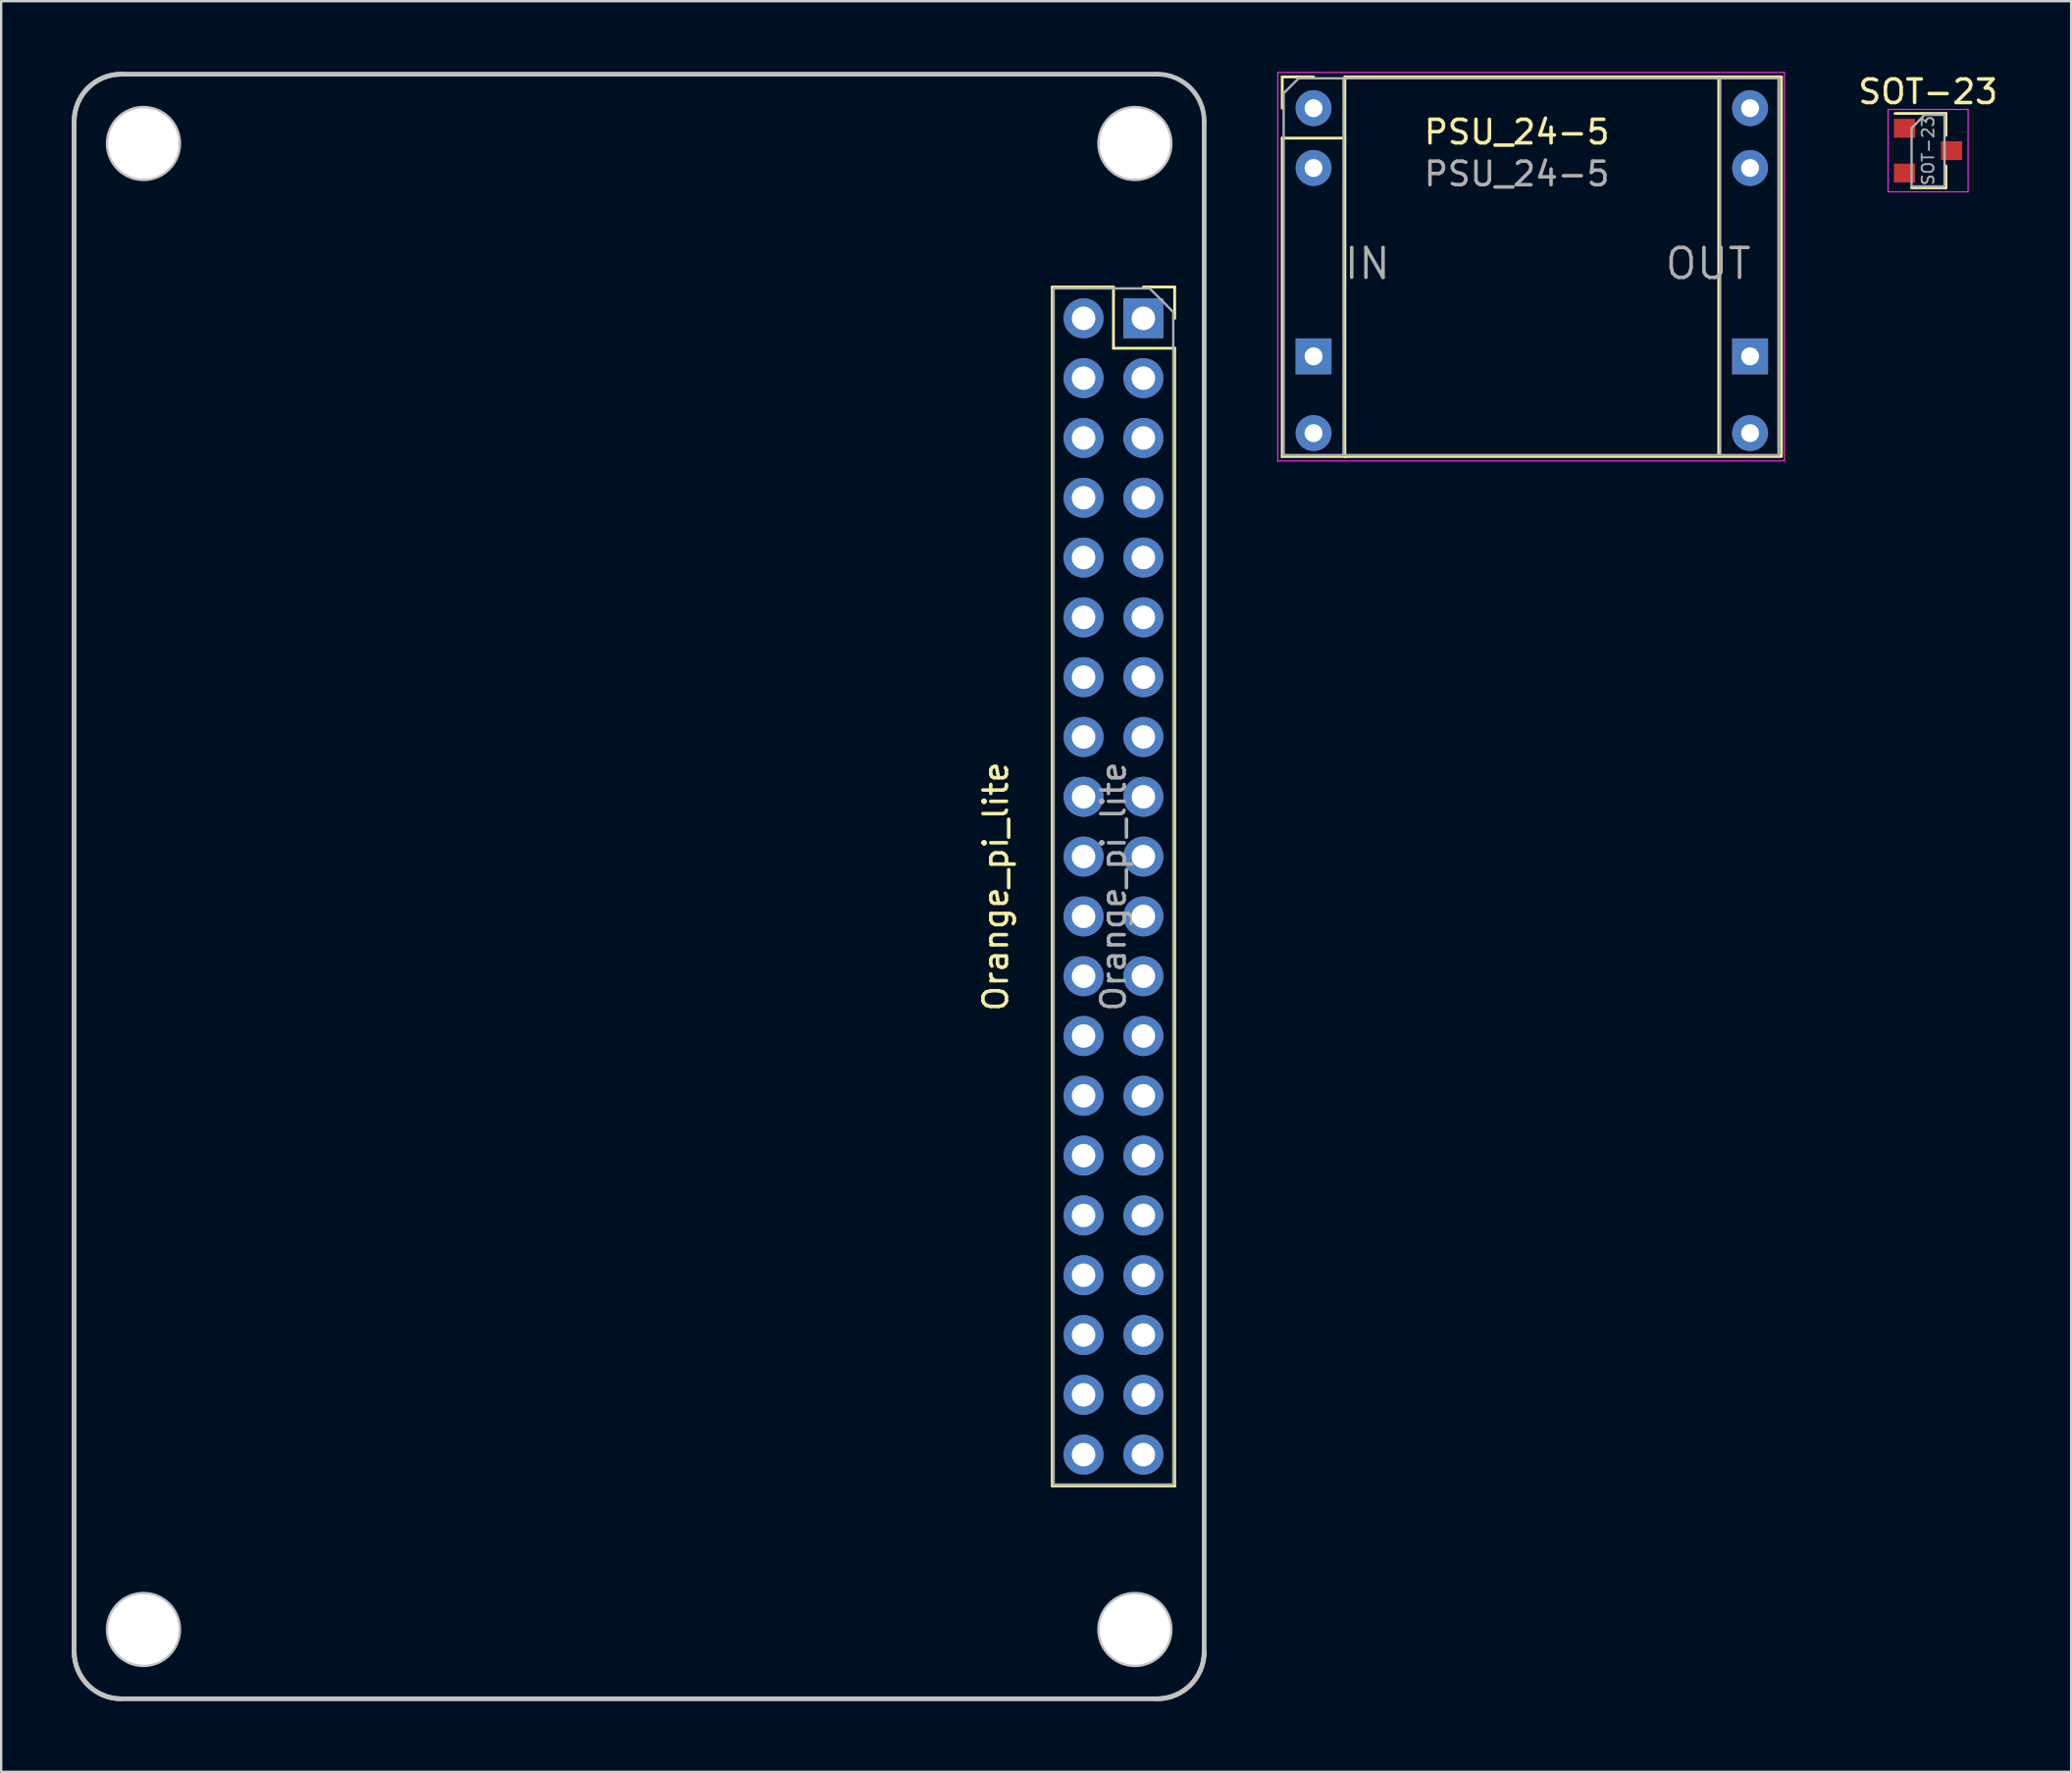
<source format=kicad_pcb>
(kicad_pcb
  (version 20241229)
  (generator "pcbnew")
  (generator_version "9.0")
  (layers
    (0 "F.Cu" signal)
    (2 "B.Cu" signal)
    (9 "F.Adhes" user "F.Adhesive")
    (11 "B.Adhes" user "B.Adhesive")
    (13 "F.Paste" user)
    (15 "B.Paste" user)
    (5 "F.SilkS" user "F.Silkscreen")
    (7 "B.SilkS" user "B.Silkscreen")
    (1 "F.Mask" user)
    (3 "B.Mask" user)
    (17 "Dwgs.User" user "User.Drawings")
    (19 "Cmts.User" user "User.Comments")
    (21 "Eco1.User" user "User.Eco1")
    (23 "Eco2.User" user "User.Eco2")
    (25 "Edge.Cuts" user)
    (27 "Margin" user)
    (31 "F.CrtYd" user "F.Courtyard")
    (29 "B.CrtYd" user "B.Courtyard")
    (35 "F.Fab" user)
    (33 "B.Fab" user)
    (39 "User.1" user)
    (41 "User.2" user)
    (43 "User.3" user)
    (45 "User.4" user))
  (footprint "Orange_pi_lite"
    (layer "F.Cu")
    (at 45.516 10.47)
    (property "Reference" "Orange_pi_lite" (at -6.27 24.13 90) (layer "F.SilkS") (effects (font (size 1 1) (thickness 0.15))))
    (attr through_hole)
    (fp_line (start -3.87 -1.33) (end -3.87 49.59) (stroke (width 0.12) (type solid)) (layer "F.SilkS"))
    (fp_line (start -3.87 -1.33) (end -1.27 -1.33) (stroke (width 0.12) (type solid)) (layer "F.SilkS"))
    (fp_line (start -3.87 49.59) (end 1.33 49.59) (stroke (width 0.12) (type solid)) (layer "F.SilkS"))
    (fp_line (start -1.27 -1.33) (end -1.27 1.27) (stroke (width 0.12) (type solid)) (layer "F.SilkS"))
    (fp_line (start -1.27 1.27) (end 1.33 1.27) (stroke (width 0.12) (type solid)) (layer "F.SilkS"))
    (fp_line (start 0 -1.33) (end 1.33 -1.33) (stroke (width 0.12) (type solid)) (layer "F.SilkS"))
    (fp_line (start 1.33 -1.33) (end 1.33 0) (stroke (width 0.12) (type solid)) (layer "F.SilkS"))
    (fp_line (start 1.33 1.27) (end 1.33 49.59) (stroke (width 0.12) (type solid)) (layer "F.SilkS"))
    (fp_line (start -45.416 -8.37) (end -45.416 56.63) (stroke (width 0.2) (type solid)) (layer "Dwgs.User"))
    (fp_line (start -45.416 -8.37) (end -45.416 56.63) (stroke (width 0.2) (type solid)) (layer "Dwgs.User"))
    (fp_line (start -43.416 58.63) (end 0.584 58.63) (stroke (width 0.2) (type solid)) (layer "Dwgs.User"))
    (fp_line (start 0.584 -10.37) (end -43.416 -10.37) (stroke (width 0.2) (type solid)) (layer "Dwgs.User"))
    (fp_line (start 2.584 56.63) (end 2.584 -8.37) (stroke (width 0.2) (type solid)) (layer "Dwgs.User"))
    (fp_arc (start -45.415696 -8.369951) (mid -44.829911 -9.784165) (end -43.415697 -10.369951) (stroke (width 0.2) (type solid)) (layer "Dwgs.User"))
    (fp_arc (start -45.415696 -8.369951) (mid -44.829911 -9.784165) (end -43.415697 -10.369951) (stroke (width 0.2) (type solid)) (layer "Dwgs.User"))
    (fp_arc (start -43.415696 58.630048) (mid -44.829911 58.044262) (end -45.415697 56.630048) (stroke (width 0.2) (type solid)) (layer "Dwgs.User"))
    (fp_arc (start -43.415696 58.630048) (mid -44.829911 58.044262) (end -45.415697 56.630048) (stroke (width 0.2) (type solid)) (layer "Dwgs.User"))
    (fp_arc (start 0.584303 -10.369951) (mid 1.998517 -9.784165) (end 2.584302 -8.369951) (stroke (width 0.2) (type solid)) (layer "Dwgs.User"))
    (fp_arc (start 2.584303 56.630048) (mid 1.998517 58.044262) (end 0.584302 58.630048) (stroke (width 0.2) (type solid)) (layer "Dwgs.User"))
    (fp_arc (start 2.584303 56.630048) (mid 1.998517 58.044262) (end 0.584302 58.630048) (stroke (width 0.2) (type solid)) (layer "Dwgs.User"))
    (fp_circle (center -42.472 -7.426) (end -40.972 -7.426) (stroke (width 0.2) (type solid)) (fill no) (layer "Dwgs.User"))
    (fp_circle (center -42.472 55.686) (end -40.972 55.686) (stroke (width 0.2) (type solid)) (fill no) (layer "Dwgs.User"))
    (fp_circle (center -0.36 -7.426) (end 1.14 -7.426) (stroke (width 0.2) (type solid)) (fill no) (layer "Dwgs.User"))
    (fp_circle (center -0.36 55.686) (end 1.14 55.686) (stroke (width 0.2) (type solid)) (fill no) (layer "Dwgs.User"))
    (fp_line (start -3.81 -1.27) (end 0.27 -1.27) (stroke (width 0.1) (type solid)) (layer "F.Fab"))
    (fp_line (start -3.81 49.53) (end -3.81 -1.27) (stroke (width 0.1) (type solid)) (layer "F.Fab"))
    (fp_line (start 0.27 -1.27) (end 1.27 -0.27) (stroke (width 0.1) (type solid)) (layer "F.Fab"))
    (fp_line (start 1.27 -0.27) (end 1.27 49.53) (stroke (width 0.1) (type solid)) (layer "F.Fab"))
    (fp_line (start 1.27 49.53) (end -3.81 49.53) (stroke (width 0.1) (type solid)) (layer "F.Fab"))
    (fp_text user "${REFERENCE}" (at -1.27 24.13 90) (layer "F.Fab") (effects (font (size 1 1) (thickness 0.15))))
    (pad "" np_thru_hole circle (at -42.472 -7.426 90) (size 3 3) (drill 3) (layers "*.Cu" "*.Mask"))
    (pad "" np_thru_hole circle (at -42.472 55.686 90) (size 3 3) (drill 3) (layers "*.Cu" "*.Mask"))
    (pad "" np_thru_hole circle (at -0.36 -7.426 90) (size 3 3) (drill 3) (layers "*.Cu" "*.Mask"))
    (pad "" np_thru_hole circle (at -0.36 55.686 90) (size 3 3) (drill 3) (layers "*.Cu" "*.Mask"))
    (pad "1" thru_hole rect (at 0 0) (size 1.7 1.7) (drill 1) (layers "*.Cu" "*.Mask"))
    (pad "2" thru_hole oval (at -2.54 0) (size 1.7 1.7) (drill 1) (layers "*.Cu" "*.Mask"))
    (pad "3" thru_hole oval (at 0 2.54) (size 1.7 1.7) (drill 1) (layers "*.Cu" "*.Mask"))
    (pad "4" thru_hole oval (at -2.54 2.54) (size 1.7 1.7) (drill 1) (layers "*.Cu" "*.Mask"))
    (pad "5" thru_hole oval (at 0 5.08) (size 1.7 1.7) (drill 1) (layers "*.Cu" "*.Mask"))
    (pad "6" thru_hole oval (at -2.54 5.08) (size 1.7 1.7) (drill 1) (layers "*.Cu" "*.Mask"))
    (pad "7" thru_hole oval (at 0 7.62) (size 1.7 1.7) (drill 1) (layers "*.Cu" "*.Mask"))
    (pad "8" thru_hole oval (at -2.54 7.62) (size 1.7 1.7) (drill 1) (layers "*.Cu" "*.Mask"))
    (pad "9" thru_hole oval (at 0 10.16) (size 1.7 1.7) (drill 1) (layers "*.Cu" "*.Mask"))
    (pad "10" thru_hole oval (at -2.54 10.16) (size 1.7 1.7) (drill 1) (layers "*.Cu" "*.Mask"))
    (pad "11" thru_hole oval (at 0 12.7) (size 1.7 1.7) (drill 1) (layers "*.Cu" "*.Mask"))
    (pad "12" thru_hole oval (at -2.54 12.7) (size 1.7 1.7) (drill 1) (layers "*.Cu" "*.Mask"))
    (pad "13" thru_hole oval (at 0 15.24) (size 1.7 1.7) (drill 1) (layers "*.Cu" "*.Mask"))
    (pad "14" thru_hole oval (at -2.54 15.24) (size 1.7 1.7) (drill 1) (layers "*.Cu" "*.Mask"))
    (pad "15" thru_hole oval (at 0 17.78) (size 1.7 1.7) (drill 1) (layers "*.Cu" "*.Mask"))
    (pad "16" thru_hole oval (at -2.54 17.78) (size 1.7 1.7) (drill 1) (layers "*.Cu" "*.Mask"))
    (pad "17" thru_hole oval (at 0 20.32) (size 1.7 1.7) (drill 1) (layers "*.Cu" "*.Mask"))
    (pad "18" thru_hole oval (at -2.54 20.32) (size 1.7 1.7) (drill 1) (layers "*.Cu" "*.Mask"))
    (pad "19" thru_hole oval (at 0 22.86) (size 1.7 1.7) (drill 1) (layers "*.Cu" "*.Mask"))
    (pad "20" thru_hole oval (at -2.54 22.86) (size 1.7 1.7) (drill 1) (layers "*.Cu" "*.Mask"))
    (pad "21" thru_hole oval (at 0 25.4) (size 1.7 1.7) (drill 1) (layers "*.Cu" "*.Mask"))
    (pad "22" thru_hole oval (at -2.54 25.4) (size 1.7 1.7) (drill 1) (layers "*.Cu" "*.Mask"))
    (pad "23" thru_hole oval (at 0 27.94) (size 1.7 1.7) (drill 1) (layers "*.Cu" "*.Mask"))
    (pad "24" thru_hole oval (at -2.54 27.94) (size 1.7 1.7) (drill 1) (layers "*.Cu" "*.Mask"))
    (pad "25" thru_hole oval (at 0 30.48) (size 1.7 1.7) (drill 1) (layers "*.Cu" "*.Mask"))
    (pad "26" thru_hole oval (at -2.54 30.48) (size 1.7 1.7) (drill 1) (layers "*.Cu" "*.Mask"))
    (pad "27" thru_hole oval (at 0 33.02) (size 1.7 1.7) (drill 1) (layers "*.Cu" "*.Mask"))
    (pad "28" thru_hole oval (at -2.54 33.02) (size 1.7 1.7) (drill 1) (layers "*.Cu" "*.Mask"))
    (pad "29" thru_hole oval (at 0 35.56) (size 1.7 1.7) (drill 1) (layers "*.Cu" "*.Mask"))
    (pad "30" thru_hole oval (at -2.54 35.56) (size 1.7 1.7) (drill 1) (layers "*.Cu" "*.Mask"))
    (pad "31" thru_hole oval (at 0 38.1) (size 1.7 1.7) (drill 1) (layers "*.Cu" "*.Mask"))
    (pad "32" thru_hole oval (at -2.54 38.1) (size 1.7 1.7) (drill 1) (layers "*.Cu" "*.Mask"))
    (pad "33" thru_hole oval (at 0 40.64) (size 1.7 1.7) (drill 1) (layers "*.Cu" "*.Mask"))
    (pad "34" thru_hole oval (at -2.54 40.64) (size 1.7 1.7) (drill 1) (layers "*.Cu" "*.Mask"))
    (pad "35" thru_hole oval (at 0 43.18) (size 1.7 1.7) (drill 1) (layers "*.Cu" "*.Mask"))
    (pad "36" thru_hole oval (at -2.54 43.18) (size 1.7 1.7) (drill 1) (layers "*.Cu" "*.Mask"))
    (pad "37" thru_hole oval (at 0 45.72) (size 1.7 1.7) (drill 1) (layers "*.Cu" "*.Mask"))
    (pad "38" thru_hole oval (at -2.54 45.72) (size 1.7 1.7) (drill 1) (layers "*.Cu" "*.Mask"))
    (pad "39" thru_hole oval (at 0 48.26) (size 1.7 1.7) (drill 1) (layers "*.Cu" "*.Mask"))
    (pad "40" thru_hole oval (at -2.54 48.26) (size 1.7 1.7) (drill 1) (layers "*.Cu" "*.Mask")))
  (footprint "PSU_24-5"
    (layer "F.Cu")
    (at 52.745 1.545)
    (property "Reference" "PSU_24-5" (at 8.636 1.016 0) (layer "F.SilkS") (effects (font (size 1 1) (thickness 0.15))))
    (attr through_hole)
    (fp_line (start -1.33 -1.33) (end -1.33 0) (stroke (width 0.12) (type solid)) (layer "F.SilkS"))
    (fp_line (start -1.33 1.27) (end 1.33 1.27) (stroke (width 0.12) (type solid)) (layer "F.SilkS"))
    (fp_line (start -1.33 14.8) (end -1.33 1.27) (stroke (width 0.12) (type solid)) (layer "F.SilkS"))
    (fp_line (start 0 -1.33) (end -1.33 -1.33) (stroke (width 0.12) (type solid)) (layer "F.SilkS"))
    (fp_line (start 1.33 -1.33) (end 1.33 14.8) (stroke (width 0.12) (type solid)) (layer "F.SilkS"))
    (fp_line (start 1.33 -1.33) (end 19.872 -1.33) (stroke (width 0.12) (type solid)) (layer "F.SilkS"))
    (fp_line (start 17.212 14.75) (end 17.212 -1.33) (stroke (width 0.12) (type solid)) (layer "F.SilkS"))
    (fp_line (start 19.872 -1.33) (end 19.872 14.75) (stroke (width 0.12) (type solid)) (layer "F.SilkS"))
    (fp_line (start 19.872 14.792) (end -1.33 14.792) (stroke (width 0.12) (type solid)) (layer "F.SilkS"))
    (fp_line (start -1.52 -1.52) (end 20 -1.52) (stroke (width 0.05) (type solid)) (layer "F.CrtYd"))
    (fp_line (start -1.52 15) (end -1.52 -1.52) (stroke (width 0.05) (type solid)) (layer "F.CrtYd"))
    (fp_line (start 20 -1.52) (end 20 14.982) (stroke (width 0.05) (type solid)) (layer "F.CrtYd"))
    (fp_line (start 20 14.982) (end -1.52 14.982) (stroke (width 0.05) (type solid)) (layer "F.CrtYd"))
    (fp_line (start -1.27 -0.635) (end -0.635 -1.27) (stroke (width 0.1) (type solid)) (layer "F.Fab"))
    (fp_line (start -1.27 14.75) (end -1.27 -0.635) (stroke (width 0.1) (type solid)) (layer "F.Fab"))
    (fp_line (start -0.635 -1.27) (end 19.75 -1.27) (stroke (width 0.1) (type solid)) (layer "F.Fab"))
    (fp_line (start 1.27 -1.27) (end 1.27 14.75) (stroke (width 0.1) (type solid)) (layer "F.Fab"))
    (fp_line (start 17.272 -1.27) (end 17.272 14.75) (stroke (width 0.1) (type solid)) (layer "F.Fab"))
    (fp_line (start 19.75 -1.27) (end 19.75 14.75) (stroke (width 0.1) (type solid)) (layer "F.Fab"))
    (fp_line (start 19.75 14.732) (end -1.27 14.732) (stroke (width 0.1) (type solid)) (layer "F.Fab"))
    (fp_text user "${REFERENCE}" (at 8.636 2.794 0) (layer "F.Fab") (effects (font (size 1 1) (thickness 0.15))))
    (fp_text user "OUT" (at 16.764 6.604 0) (layer "F.Fab") (effects (font (size 1.27 1.27) (thickness 0.15))))
    (fp_text user "IN" (at 2.286 6.604 0) (layer "F.Fab") (effects (font (size 1.27 1.27) (thickness 0.15))))
    (pad "1" thru_hole rect (at 0 10.54) (size 1.524 1.524) (drill 0.762) (layers "*.Cu" "*.Mask"))
    (pad "1" thru_hole circle (at 0 13.8) (size 1.524 1.524) (drill 0.762) (layers "*.Cu" "*.Mask"))
    (pad "2" thru_hole circle (at 0 0) (size 1.524 1.524) (drill 0.762) (layers "*.Cu" "*.Mask"))
    (pad "2" thru_hole circle (at 0 2.54) (size 1.524 1.524) (drill 0.762) (layers "*.Cu" "*.Mask"))
    (pad "3" thru_hole circle (at 18.542 0) (size 1.524 1.524) (drill 0.762) (layers "*.Cu" "*.Mask"))
    (pad "3" thru_hole circle (at 18.542 2.54) (size 1.524 1.524) (drill 0.762) (layers "*.Cu" "*.Mask"))
    (pad "4" thru_hole rect (at 18.542 10.54) (size 1.524 1.524) (drill 0.762) (layers "*.Cu" "*.Mask"))
    (pad "4" thru_hole circle (at 18.542 13.8) (size 1.524 1.524) (drill 0.762) (layers "*.Cu" "*.Mask")))
  (footprint "SOT-23"
    (layer "F.Cu")
    (at 78.847 3.348)
    (property "Reference" "SOT-23" (at 0 -2.5 0) (layer "F.SilkS") (effects (font (size 1 1) (thickness 0.15))))
    (attr smd)
    (fp_line (start 0.76 -1.58) (end -1.4 -1.58) (stroke (width 0.12) (type solid)) (layer "F.SilkS"))
    (fp_line (start 0.76 -1.58) (end 0.76 -0.65) (stroke (width 0.12) (type solid)) (layer "F.SilkS"))
    (fp_line (start 0.76 1.58) (end -0.7 1.58) (stroke (width 0.12) (type solid)) (layer "F.SilkS"))
    (fp_line (start 0.76 1.58) (end 0.76 0.65) (stroke (width 0.12) (type solid)) (layer "F.SilkS"))
    (fp_line (start -1.7 -1.75) (end 1.7 -1.75) (stroke (width 0.05) (type solid)) (layer "F.CrtYd"))
    (fp_line (start -1.7 1.75) (end -1.7 -1.75) (stroke (width 0.05) (type solid)) (layer "F.CrtYd"))
    (fp_line (start 1.7 -1.75) (end 1.7 1.75) (stroke (width 0.05) (type solid)) (layer "F.CrtYd"))
    (fp_line (start 1.7 1.75) (end -1.7 1.75) (stroke (width 0.05) (type solid)) (layer "F.CrtYd"))
    (fp_line (start -0.7 -0.95) (end -0.7 1.5) (stroke (width 0.1) (type solid)) (layer "F.Fab"))
    (fp_line (start -0.7 -0.95) (end -0.15 -1.52) (stroke (width 0.1) (type solid)) (layer "F.Fab"))
    (fp_line (start -0.7 1.52) (end 0.7 1.52) (stroke (width 0.1) (type solid)) (layer "F.Fab"))
    (fp_line (start -0.15 -1.52) (end 0.7 -1.52) (stroke (width 0.1) (type solid)) (layer "F.Fab"))
    (fp_line (start 0.7 -1.52) (end 0.7 1.52) (stroke (width 0.1) (type solid)) (layer "F.Fab"))
    (fp_text user "${REFERENCE}" (at 0 0 90) (layer "F.Fab") (effects (font (size 0.5 0.5) (thickness 0.075))))
    (pad "1" smd rect (at -1 -0.95) (size 0.9 0.8) (layers "F.Cu" "F.Mask" "F.Paste"))
    (pad "2" smd rect (at -1 0.95) (size 0.9 0.8) (layers "F.Cu" "F.Mask" "F.Paste"))
    (pad "3" smd rect (at 1 0) (size 0.9 0.8) (layers "F.Cu" "F.Mask" "F.Paste")))
  (gr_rect
    (start -3 -3)
    (end 84.925 72.2)
    (stroke (width 0.1) (type default))
    (fill no)
    (layer "Edge.Cuts")))
</source>
